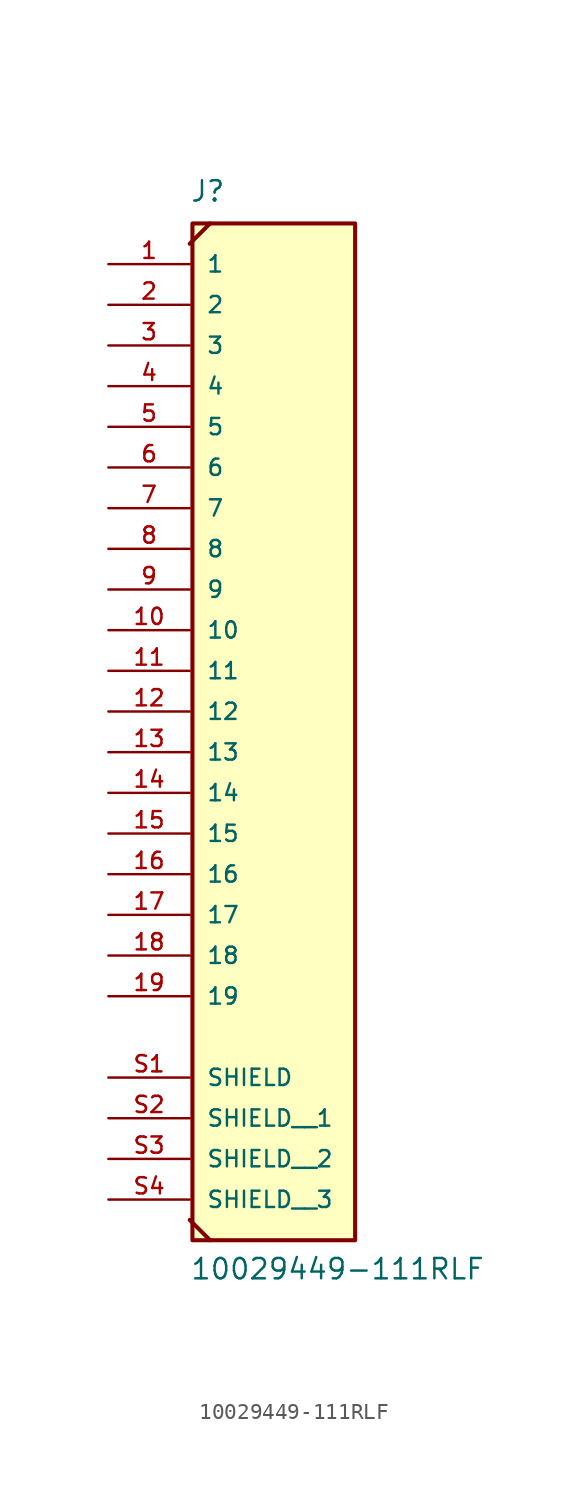
<source format=kicad_sym>
(kicad_symbol_lib
  (version 20211014)
  (generator kicad_symbol_editor)
  (symbol "10029449-111RLF"
    (pin_names
      (offset 1.016))
    (property "Reference" "J"
      (at -5.08 29.21 0)
      (effects (font (size 1.27 1.27)) (justify bottom left)))
    (property "Value" "10029449-111RLF"
      (at -5.08 -38.1 0)
      (effects (font (size 1.27 1.27)) (justify bottom left)))
    (symbol "10029449-111RLF_0_0"
      (polyline (pts (xy -3.81 27.94) (xy -5.08 26.67)) (stroke (width 0.254)))
      (polyline (pts (xy -5.08 -34.29) (xy -3.81 -35.56)) (stroke (width 0.254)))
      (rectangle (start -4.91 -35.56) (end 5.25 27.94) (stroke (width 0.254)) (fill (type background)))
      (pin passive line (at -10.16 25.4 0) (length 5.08) (name "1" (effects (font (size 1.016 1.016)))) (number "1" (effects (font (size 1.016 1.016)))))
      (pin passive line (at -10.16 22.86 0) (length 5.08) (name "2" (effects (font (size 1.016 1.016)))) (number "2" (effects (font (size 1.016 1.016)))))
      (pin passive line (at -10.16 -25.4 0) (length 5.08) (name "SHIELD" (effects (font (size 1.016 1.016)))) (number "S1" (effects (font (size 1.016 1.016)))))
      (pin passive line (at -10.16 20.32 0) (length 5.08) (name "3" (effects (font (size 1.016 1.016)))) (number "3" (effects (font (size 1.016 1.016)))))
      (pin passive line (at -10.16 17.78 0) (length 5.08) (name "4" (effects (font (size 1.016 1.016)))) (number "4" (effects (font (size 1.016 1.016)))))
      (pin passive line (at -10.16 15.24 0) (length 5.08) (name "5" (effects (font (size 1.016 1.016)))) (number "5" (effects (font (size 1.016 1.016)))))
      (pin passive line (at -10.16 12.7 0) (length 5.08) (name "6" (effects (font (size 1.016 1.016)))) (number "6" (effects (font (size 1.016 1.016)))))
      (pin passive line (at -10.16 10.16 0) (length 5.08) (name "7" (effects (font (size 1.016 1.016)))) (number "7" (effects (font (size 1.016 1.016)))))
      (pin passive line (at -10.16 7.62 0) (length 5.08) (name "8" (effects (font (size 1.016 1.016)))) (number "8" (effects (font (size 1.016 1.016)))))
      (pin passive line (at -10.16 5.08 0) (length 5.08) (name "9" (effects (font (size 1.016 1.016)))) (number "9" (effects (font (size 1.016 1.016)))))
      (pin passive line (at -10.16 2.54 0) (length 5.08) (name "10" (effects (font (size 1.016 1.016)))) (number "10" (effects (font (size 1.016 1.016)))))
      (pin passive line (at -10.16 0.0 0) (length 5.08) (name "11" (effects (font (size 1.016 1.016)))) (number "11" (effects (font (size 1.016 1.016)))))
      (pin passive line (at -10.16 -2.54 0) (length 5.08) (name "12" (effects (font (size 1.016 1.016)))) (number "12" (effects (font (size 1.016 1.016)))))
      (pin passive line (at -10.16 -5.08 0) (length 5.08) (name "13" (effects (font (size 1.016 1.016)))) (number "13" (effects (font (size 1.016 1.016)))))
      (pin passive line (at -10.16 -7.62 0) (length 5.08) (name "14" (effects (font (size 1.016 1.016)))) (number "14" (effects (font (size 1.016 1.016)))))
      (pin passive line (at -10.16 -10.16 0) (length 5.08) (name "15" (effects (font (size 1.016 1.016)))) (number "15" (effects (font (size 1.016 1.016)))))
      (pin passive line (at -10.16 -12.7 0) (length 5.08) (name "16" (effects (font (size 1.016 1.016)))) (number "16" (effects (font (size 1.016 1.016)))))
      (pin passive line (at -10.16 -15.24 0) (length 5.08) (name "17" (effects (font (size 1.016 1.016)))) (number "17" (effects (font (size 1.016 1.016)))))
      (pin passive line (at -10.16 -17.78 0) (length 5.08) (name "18" (effects (font (size 1.016 1.016)))) (number "18" (effects (font (size 1.016 1.016)))))
      (pin passive line (at -10.16 -20.32 0) (length 5.08) (name "19" (effects (font (size 1.016 1.016)))) (number "19" (effects (font (size 1.016 1.016)))))
      (pin passive line (at -10.16 -27.94 0) (length 5.08) (name "SHIELD__1" (effects (font (size 1.016 1.016)))) (number "S2" (effects (font (size 1.016 1.016)))))
      (pin passive line (at -10.16 -30.48 0) (length 5.08) (name "SHIELD__2" (effects (font (size 1.016 1.016)))) (number "S3" (effects (font (size 1.016 1.016)))))
      (pin passive line (at -10.16 -33.02 0) (length 5.08) (name "SHIELD__3" (effects (font (size 1.016 1.016)))) (number "S4" (effects (font (size 1.016 1.016))))))))
</source>
